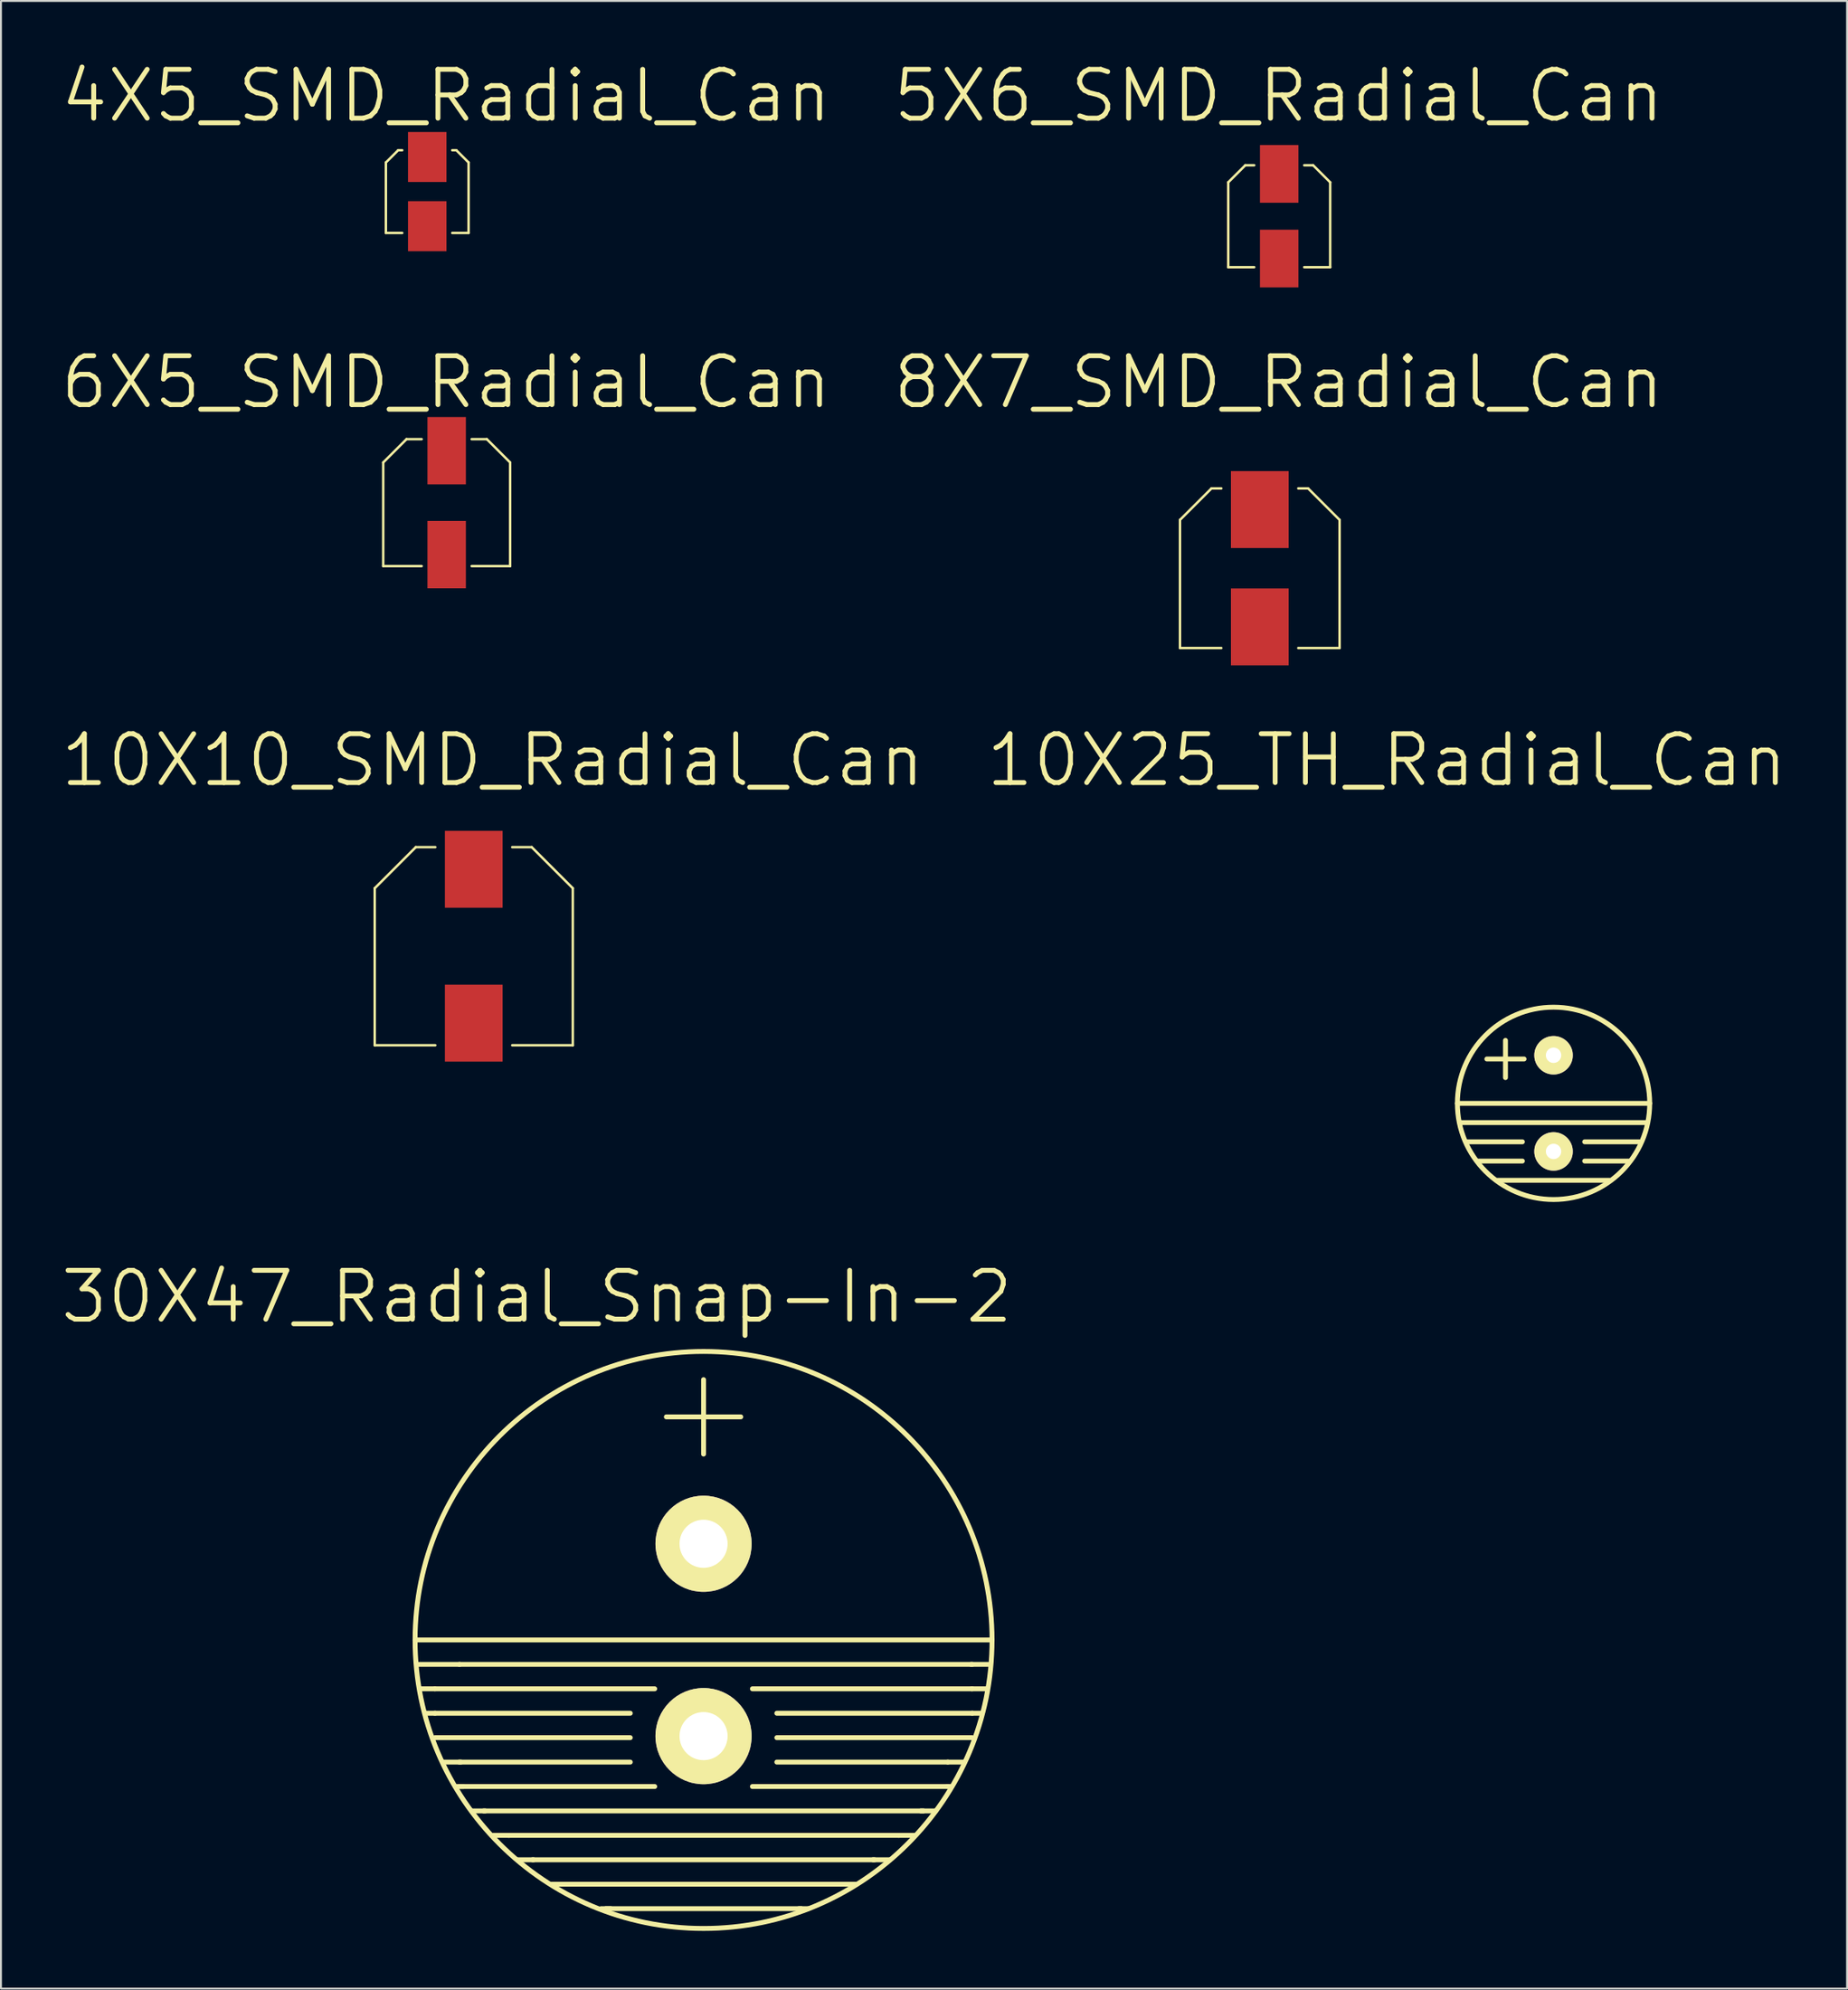
<source format=kicad_pcb>
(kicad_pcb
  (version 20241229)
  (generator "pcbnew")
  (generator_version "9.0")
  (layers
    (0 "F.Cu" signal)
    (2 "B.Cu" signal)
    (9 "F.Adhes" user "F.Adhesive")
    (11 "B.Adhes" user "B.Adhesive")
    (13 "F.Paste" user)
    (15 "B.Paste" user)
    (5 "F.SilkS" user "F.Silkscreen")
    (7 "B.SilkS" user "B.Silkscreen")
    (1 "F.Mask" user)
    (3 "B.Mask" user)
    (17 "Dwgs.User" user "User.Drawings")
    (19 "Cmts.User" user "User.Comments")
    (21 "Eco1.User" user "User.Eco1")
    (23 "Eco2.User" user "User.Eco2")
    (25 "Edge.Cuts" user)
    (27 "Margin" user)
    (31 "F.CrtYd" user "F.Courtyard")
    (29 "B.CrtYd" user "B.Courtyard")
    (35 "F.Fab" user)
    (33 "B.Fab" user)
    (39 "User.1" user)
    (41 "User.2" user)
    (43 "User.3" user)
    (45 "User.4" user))
  (footprint "5X6_SMD_Radial_Can"
    (layer "F.Cu")
    (at 63.464 8.192)
    (property "Reference" "5X6_SMD_Radial_Can" (at -0.03 -6.26 0) (layer "F.SilkS") (effects (font (size 2.54 2.54) (thickness 0.254))))
    (attr through_hole)
    (fp_line (start -2.65 -1.763) (end -2.65 2.65) (stroke (width 0.127) (type solid)) (layer "F.SilkS"))
    (fp_line (start -2.65 2.65) (end -1.3 2.65) (stroke (width 0.127) (type solid)) (layer "F.SilkS"))
    (fp_line (start -1.763 -2.65) (end -2.65 -1.763) (stroke (width 0.127) (type solid)) (layer "F.SilkS"))
    (fp_line (start -1.763 -2.65) (end -1.3 -2.65) (stroke (width 0.127) (type solid)) (layer "F.SilkS"))
    (fp_line (start 1.3 2.65) (end 2.65 2.65) (stroke (width 0.127) (type solid)) (layer "F.SilkS"))
    (fp_line (start 1.763 -2.65) (end 1.3 -2.65) (stroke (width 0.127) (type solid)) (layer "F.SilkS"))
    (fp_line (start 2.65 -1.763) (end 1.763 -2.65) (stroke (width 0.127) (type solid)) (layer "F.SilkS"))
    (fp_line (start 2.65 2.65) (end 2.65 -1.763) (stroke (width 0.127) (type solid)) (layer "F.SilkS"))
    (pad "1" smd rect (at 0 -2.2) (size 2 3) (layers "F.Cu" "F.Mask" "F.Paste"))
    (pad "2" smd rect (at 0 2.2) (size 2 3) (layers "F.Cu" "F.Mask" "F.Paste")))
  (footprint "4X5_SMD_Radial_Can"
    (layer "F.Cu")
    (at 19.165 6.912)
    (property "Reference" "4X5_SMD_Radial_Can" (at 0.98 -4.98 0) (layer "F.SilkS") (effects (font (size 2.54 2.54) (thickness 0.254))))
    (attr through_hole)
    (fp_line (start -2.15 -1.513) (end -2.15 2.15) (stroke (width 0.127) (type solid)) (layer "F.SilkS"))
    (fp_line (start -2.15 2.15) (end -1.3 2.15) (stroke (width 0.127) (type solid)) (layer "F.SilkS"))
    (fp_line (start -1.513 -2.15) (end -2.15 -1.513) (stroke (width 0.127) (type solid)) (layer "F.SilkS"))
    (fp_line (start -1.513 -2.15) (end -1.3 -2.15) (stroke (width 0.127) (type solid)) (layer "F.SilkS"))
    (fp_line (start 1.513 -2.15) (end 1.3 -2.15) (stroke (width 0.127) (type solid)) (layer "F.SilkS"))
    (fp_line (start 1.513 -2.15) (end 2.15 -1.513) (stroke (width 0.127) (type solid)) (layer "F.SilkS"))
    (fp_line (start 2.15 2.15) (end 1.3 2.15) (stroke (width 0.127) (type solid)) (layer "F.SilkS"))
    (fp_line (start 2.15 2.15) (end 2.15 -1.513) (stroke (width 0.127) (type solid)) (layer "F.SilkS"))
    (pad "1" smd rect (at 0 -1.8) (size 2 2.6) (layers "F.Cu" "F.Mask" "F.Paste"))
    (pad "2" smd rect (at 0 1.8) (size 2 2.6) (layers "F.Cu" "F.Mask" "F.Paste")))
  (footprint "10X25_TH_Radial_Can"
    (layer "F.Cu")
    (at 77.728 54.315)
    (property "Reference" "10X25_TH_Radial_Can" (at -8.67 -17.84 0) (layer "F.SilkS") (effects (font (size 2.54 2.54) (thickness 0.254))))
    (attr through_hole)
    (fp_line (start -5 0) (end 5 0) (stroke (width 0.254) (type solid)) (layer "F.SilkS"))
    (fp_line (start -4.84 1) (end 4.84 1) (stroke (width 0.254) (type solid)) (layer "F.SilkS"))
    (fp_line (start -4.5 2) (end -1.62 2) (stroke (width 0.254) (type solid)) (layer "F.SilkS"))
    (fp_line (start -3.95 3) (end -1.62 3) (stroke (width 0.254) (type solid)) (layer "F.SilkS"))
    (fp_line (start -2.91 4) (end 2.91 4) (stroke (width 0.254) (type solid)) (layer "F.SilkS"))
    (fp_line (start 1.62 2) (end 4.46 2) (stroke (width 0.254) (type solid)) (layer "F.SilkS"))
    (fp_line (start 1.62 3) (end 3.95 3) (stroke (width 0.254) (type solid)) (layer "F.SilkS"))
    (fp_circle (center 0 0) (end 5 0) (stroke (width 0.254) (type solid)) (fill no) (layer "F.SilkS"))
    (fp_text user "+" (at -2.5 -2.5 0) (layer "F.SilkS") (effects (font (size 2.54 2.54) (thickness 0.254))))
    (pad "1" thru_hole circle (at 0 -2.5) (size 2 2) (drill 0.8) (layers "*.Cu" "*.Mask" "F.SilkS"))
    (pad "2" thru_hole circle (at 0 2.5) (size 2 2) (drill 0.8) (layers "*.Cu" "*.Mask" "F.SilkS")))
  (footprint "10X10_SMD_Radial_Can"
    (layer "F.Cu")
    (at 21.584 46.145)
    (property "Reference" "10X10_SMD_Radial_Can" (at 0.98 -9.67 0) (layer "F.SilkS") (effects (font (size 2.54 2.54) (thickness 0.254))))
    (attr through_hole)
    (fp_line (start -5.15 -3.013) (end -5.15 5.15) (stroke (width 0.127) (type solid)) (layer "F.SilkS"))
    (fp_line (start -5.15 5.15) (end -2 5.15) (stroke (width 0.127) (type solid)) (layer "F.SilkS"))
    (fp_line (start -3.013 -5.15) (end -5.15 -3.013) (stroke (width 0.127) (type solid)) (layer "F.SilkS"))
    (fp_line (start -3.013 -5.15) (end -2 -5.15) (stroke (width 0.127) (type solid)) (layer "F.SilkS"))
    (fp_line (start 2 5.15) (end 5.15 5.15) (stroke (width 0.127) (type solid)) (layer "F.SilkS"))
    (fp_line (start 3.013 -5.15) (end 2 -5.15) (stroke (width 0.127) (type solid)) (layer "F.SilkS"))
    (fp_line (start 5.15 -3.013) (end 3.013 -5.15) (stroke (width 0.127) (type solid)) (layer "F.SilkS"))
    (fp_line (start 5.15 5.15) (end 5.15 -3.013) (stroke (width 0.127) (type solid)) (layer "F.SilkS"))
    (pad "1" smd rect (at 0 -4) (size 3 4) (layers "F.Cu" "F.Mask" "F.Paste"))
    (pad "2" smd rect (at 0 4) (size 3 4) (layers "F.Cu" "F.Mask" "F.Paste")))
  (footprint "6X5_SMD_Radial_Can"
    (layer "F.Cu")
    (at 20.175 23.083)
    (property "Reference" "6X5_SMD_Radial_Can" (at -0.03 -6.26 0) (layer "F.SilkS") (effects (font (size 2.54 2.54) (thickness 0.254))))
    (attr through_hole)
    (fp_line (start -3.3 -2.088) (end -3.3 3.3) (stroke (width 0.127) (type solid)) (layer "F.SilkS"))
    (fp_line (start -3.3 3.3) (end -1.3 3.3) (stroke (width 0.127) (type solid)) (layer "F.SilkS"))
    (fp_line (start -2.088 -3.3) (end -3.3 -2.088) (stroke (width 0.127) (type solid)) (layer "F.SilkS"))
    (fp_line (start -2.088 -3.3) (end -1.3 -3.3) (stroke (width 0.127) (type solid)) (layer "F.SilkS"))
    (fp_line (start 1.3 3.3) (end 3.3 3.3) (stroke (width 0.127) (type solid)) (layer "F.SilkS"))
    (fp_line (start 2.088 -3.3) (end 1.3 -3.3) (stroke (width 0.127) (type solid)) (layer "F.SilkS"))
    (fp_line (start 3.3 -2.088) (end 2.088 -3.3) (stroke (width 0.127) (type solid)) (layer "F.SilkS"))
    (fp_line (start 3.3 3.3) (end 3.3 -2.088) (stroke (width 0.127) (type solid)) (layer "F.SilkS"))
    (pad "1" smd rect (at 0 -2.7) (size 2 3.5) (layers "F.Cu" "F.Mask" "F.Paste"))
    (pad "2" smd rect (at 0 2.7) (size 2 3.5) (layers "F.Cu" "F.Mask" "F.Paste")))
  (footprint "30X47_Radial_Snap-In-2"
    (layer "F.Cu")
    (at 33.532 82.214)
    (property "Reference" "30X47_Radial_Snap-In-2" (at -8.67 -17.84 0) (layer "F.SilkS") (effects (font (size 2.54 2.54) (thickness 0.254))))
    (attr through_hole)
    (fp_line (start -15 0) (end 15 0) (stroke (width 0.254) (type solid)) (layer "F.SilkS"))
    (fp_line (start -13.97 2.54) (end -14.74 2.54) (stroke (width 0.254) (type solid)) (layer "F.SilkS"))
    (fp_line (start -13.97 2.54) (end -2.54 2.54) (stroke (width 0.254) (type solid)) (layer "F.SilkS"))
    (fp_line (start -13.97 3.81) (end -3.81 3.81) (stroke (width 0.254) (type solid)) (layer "F.SilkS"))
    (fp_line (start -13.97 5.08) (end -3.81 5.08) (stroke (width 0.254) (type solid)) (layer "F.SilkS"))
    (fp_line (start -13.96 3.81) (end -14.48 3.81) (stroke (width 0.254) (type solid)) (layer "F.SilkS"))
    (fp_line (start -12.7 1.27) (end 13.97 1.27) (stroke (width 0.254) (type solid)) (layer "F.SilkS"))
    (fp_line (start -12.7 6.35) (end -3.81 6.35) (stroke (width 0.254) (type solid)) (layer "F.SilkS"))
    (fp_line (start -12.7 7.62) (end -2.54 7.62) (stroke (width 0.254) (type solid)) (layer "F.SilkS"))
    (fp_line (start -12.68 1.27) (end -14.89 1.27) (stroke (width 0.254) (type solid)) (layer "F.SilkS"))
    (fp_line (start -12.62 6.35) (end -13.55 6.35) (stroke (width 0.254) (type solid)) (layer "F.SilkS"))
    (fp_line (start -12.49 7.62) (end -12.9 7.62) (stroke (width 0.254) (type solid)) (layer "F.SilkS"))
    (fp_line (start -11.43 8.89) (end 11.43 8.89) (stroke (width 0.254) (type solid)) (layer "F.SilkS"))
    (fp_line (start -11.36 8.89) (end -12.03 8.89) (stroke (width 0.254) (type solid)) (layer "F.SilkS"))
    (fp_line (start -10.16 10.16) (end 10.16 10.16) (stroke (width 0.254) (type solid)) (layer "F.SilkS"))
    (fp_line (start -10.09 10.16) (end -11.01 10.16) (stroke (width 0.254) (type solid)) (layer "F.SilkS"))
    (fp_line (start -8.89 11.43) (end 8.89 11.43) (stroke (width 0.254) (type solid)) (layer "F.SilkS"))
    (fp_line (start -8.84 11.43) (end -9.66 11.43) (stroke (width 0.254) (type solid)) (layer "F.SilkS"))
    (fp_line (start -7.62 12.7) (end 7.62 12.7) (stroke (width 0.254) (type solid)) (layer "F.SilkS"))
    (fp_line (start -7.49 12.7) (end -7.95 12.7) (stroke (width 0.254) (type solid)) (layer "F.SilkS"))
    (fp_line (start -5.08 13.97) (end 5.08 13.97) (stroke (width 0.254) (type solid)) (layer "F.SilkS"))
    (fp_line (start -4.83 13.97) (end -5.33 13.97) (stroke (width 0.254) (type solid)) (layer "F.SilkS"))
    (fp_line (start 2.54 2.54) (end 13.97 2.54) (stroke (width 0.254) (type solid)) (layer "F.SilkS"))
    (fp_line (start 2.54 7.62) (end 12.7 7.62) (stroke (width 0.254) (type solid)) (layer "F.SilkS"))
    (fp_line (start 3.81 3.81) (end 13.97 3.81) (stroke (width 0.254) (type solid)) (layer "F.SilkS"))
    (fp_line (start 3.81 5.08) (end 13.97 5.08) (stroke (width 0.254) (type solid)) (layer "F.SilkS"))
    (fp_line (start 3.81 6.35) (end 12.7 6.35) (stroke (width 0.254) (type solid)) (layer "F.SilkS"))
    (fp_line (start 4.96 13.97) (end 5.44 13.97) (stroke (width 0.254) (type solid)) (layer "F.SilkS"))
    (fp_line (start 7.43 12.7) (end 7.93 12.7) (stroke (width 0.254) (type solid)) (layer "F.SilkS"))
    (fp_line (start 8.81 11.43) (end 9.69 11.43) (stroke (width 0.254) (type solid)) (layer "F.SilkS"))
    (fp_line (start 10.13 10.16) (end 10.99 10.16) (stroke (width 0.254) (type solid)) (layer "F.SilkS"))
    (fp_line (start 11.3 8.89) (end 12.07 8.89) (stroke (width 0.254) (type solid)) (layer "F.SilkS"))
    (fp_line (start 12.66 7.62) (end 12.9 7.62) (stroke (width 0.254) (type solid)) (layer "F.SilkS"))
    (fp_line (start 12.7 6.35) (end 13.57 6.35) (stroke (width 0.254) (type solid)) (layer "F.SilkS"))
    (fp_line (start 13.91 1.27) (end 14.89 1.27) (stroke (width 0.254) (type solid)) (layer "F.SilkS"))
    (fp_line (start 13.94 2.54) (end 14.75 2.54) (stroke (width 0.254) (type solid)) (layer "F.SilkS"))
    (fp_line (start 13.97 3.81) (end 14.48 3.81) (stroke (width 0.254) (type solid)) (layer "F.SilkS"))
    (fp_circle (center 0 0) (end 15 0) (stroke (width 0.254) (type solid)) (fill no) (layer "F.SilkS"))
    (fp_text user "+" (at 0 -12 0) (layer "F.SilkS") (effects (font (size 5.08 5.08) (thickness 0.254))))
    (pad "1" thru_hole circle (at 0 -5) (size 5 5) (drill 2.5) (layers "*.Cu" "*.Mask" "F.SilkS"))
    (pad "2" thru_hole circle (at 0 5) (size 5 5) (drill 2.5) (layers "*.Cu" "*.Mask" "F.SilkS")))
  (footprint "8X7_SMD_Radial_Can"
    (layer "F.Cu")
    (at 62.454 26.493)
    (property "Reference" "8X7_SMD_Radial_Can" (at 0.98 -9.67 0) (layer "F.SilkS") (effects (font (size 2.54 2.54) (thickness 0.254))))
    (attr through_hole)
    (fp_line (start -4.15 -2.512) (end -4.15 4.15) (stroke (width 0.127) (type solid)) (layer "F.SilkS"))
    (fp_line (start -4.15 4.15) (end -2 4.15) (stroke (width 0.127) (type solid)) (layer "F.SilkS"))
    (fp_line (start -2.512 -4.15) (end -4.15 -2.512) (stroke (width 0.127) (type solid)) (layer "F.SilkS"))
    (fp_line (start -2.512 -4.15) (end -2 -4.15) (stroke (width 0.127) (type solid)) (layer "F.SilkS"))
    (fp_line (start 2 4.15) (end 4.15 4.15) (stroke (width 0.127) (type solid)) (layer "F.SilkS"))
    (fp_line (start 2.512 -4.15) (end 2 -4.15) (stroke (width 0.127) (type solid)) (layer "F.SilkS"))
    (fp_line (start 4.15 -2.512) (end 2.512 -4.15) (stroke (width 0.127) (type solid)) (layer "F.SilkS"))
    (fp_line (start 4.15 4.15) (end 4.15 -2.512) (stroke (width 0.127) (type solid)) (layer "F.SilkS"))
    (pad "1" smd rect (at 0 -3.05) (size 3 4) (layers "F.Cu" "F.Mask" "F.Paste"))
    (pad "2" smd rect (at 0 3.05) (size 3 4) (layers "F.Cu" "F.Mask" "F.Paste")))
  (gr_rect
    (start -3 -3)
    (end 92.989 100.341)
    (stroke (width 0.1) (type default))
    (fill no)
    (layer "Edge.Cuts")))
</source>
